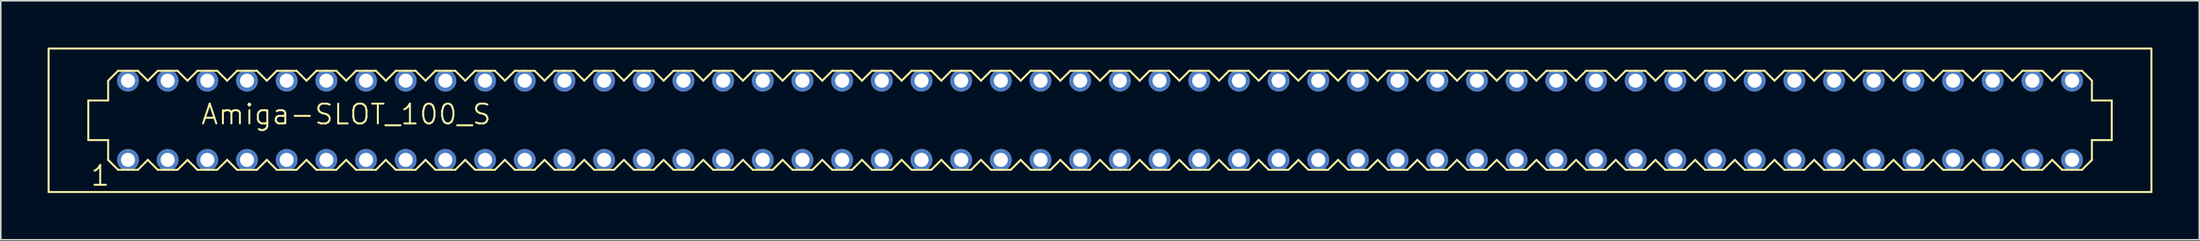
<source format=kicad_pcb>
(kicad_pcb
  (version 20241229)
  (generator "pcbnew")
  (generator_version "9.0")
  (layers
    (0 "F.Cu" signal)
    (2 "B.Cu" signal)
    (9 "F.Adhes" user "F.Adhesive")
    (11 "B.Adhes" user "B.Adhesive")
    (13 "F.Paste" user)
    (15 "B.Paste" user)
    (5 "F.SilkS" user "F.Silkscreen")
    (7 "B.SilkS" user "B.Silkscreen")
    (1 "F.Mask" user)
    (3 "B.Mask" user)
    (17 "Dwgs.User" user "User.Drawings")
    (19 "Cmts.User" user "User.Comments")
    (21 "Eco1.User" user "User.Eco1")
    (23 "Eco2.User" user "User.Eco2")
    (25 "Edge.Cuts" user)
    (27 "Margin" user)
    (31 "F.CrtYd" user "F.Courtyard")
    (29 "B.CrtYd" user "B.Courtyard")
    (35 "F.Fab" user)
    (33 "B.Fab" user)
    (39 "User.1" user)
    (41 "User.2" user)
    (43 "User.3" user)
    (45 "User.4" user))
  (footprint "Amiga-SLOT_100_S"
    (layer "F.Cu")
    (at 66.103 4.666)
    (property "Reference" "Amiga-SLOT_100_S" (at -46.99 -0.381 0) (layer "F.SilkS") (effects (font (size 1.27 1.27) (thickness 0.127))))
    (attr exclude_from_pos_files exclude_from_bom)
    (fp_line (start -66.04 -4.602) (end -66.04 4.602) (stroke (width 0.127) (type solid)) (layer "F.SilkS"))
    (fp_line (start -66.04 4.602) (end 68.58 4.602) (stroke (width 0.127) (type solid)) (layer "F.SilkS"))
    (fp_line (start -63.5 -1.27) (end -63.5 1.27) (stroke (width 0.127) (type solid)) (layer "F.SilkS"))
    (fp_line (start -63.5 1.27) (end -62.23 1.27) (stroke (width 0.127) (type solid)) (layer "F.SilkS"))
    (fp_line (start -62.23 -2.54) (end -62.23 -1.27) (stroke (width 0.127) (type solid)) (layer "F.SilkS"))
    (fp_line (start -62.23 -1.27) (end -63.5 -1.27) (stroke (width 0.127) (type solid)) (layer "F.SilkS"))
    (fp_line (start -62.23 1.27) (end -62.23 2.54) (stroke (width 0.127) (type solid)) (layer "F.SilkS"))
    (fp_line (start -62.23 2.54) (end -61.595 3.175) (stroke (width 0.127) (type solid)) (layer "F.SilkS"))
    (fp_line (start -61.595 -3.175) (end -62.23 -2.54) (stroke (width 0.127) (type solid)) (layer "F.SilkS"))
    (fp_line (start -61.595 -3.175) (end -60.325 -3.175) (stroke (width 0.127) (type solid)) (layer "F.SilkS"))
    (fp_line (start -60.325 -3.175) (end -59.69 -2.54) (stroke (width 0.127) (type solid)) (layer "F.SilkS"))
    (fp_line (start -60.325 3.175) (end -61.595 3.175) (stroke (width 0.127) (type solid)) (layer "F.SilkS"))
    (fp_line (start -59.69 -2.54) (end -59.055 -3.175) (stroke (width 0.127) (type solid)) (layer "F.SilkS"))
    (fp_line (start -59.69 2.54) (end -60.325 3.175) (stroke (width 0.127) (type solid)) (layer "F.SilkS"))
    (fp_line (start -59.055 -3.175) (end -57.785 -3.175) (stroke (width 0.127) (type solid)) (layer "F.SilkS"))
    (fp_line (start -59.055 3.175) (end -59.69 2.54) (stroke (width 0.127) (type solid)) (layer "F.SilkS"))
    (fp_line (start -57.785 -3.175) (end -57.15 -2.54) (stroke (width 0.127) (type solid)) (layer "F.SilkS"))
    (fp_line (start -57.785 3.175) (end -59.055 3.175) (stroke (width 0.127) (type solid)) (layer "F.SilkS"))
    (fp_line (start -57.15 -2.54) (end -56.515 -3.175) (stroke (width 0.127) (type solid)) (layer "F.SilkS"))
    (fp_line (start -57.15 2.54) (end -57.785 3.175) (stroke (width 0.127) (type solid)) (layer "F.SilkS"))
    (fp_line (start -56.515 -3.175) (end -55.245 -3.175) (stroke (width 0.127) (type solid)) (layer "F.SilkS"))
    (fp_line (start -56.515 3.175) (end -57.15 2.54) (stroke (width 0.127) (type solid)) (layer "F.SilkS"))
    (fp_line (start -55.245 -3.175) (end -54.61 -2.54) (stroke (width 0.127) (type solid)) (layer "F.SilkS"))
    (fp_line (start -55.245 3.175) (end -56.515 3.175) (stroke (width 0.127) (type solid)) (layer "F.SilkS"))
    (fp_line (start -54.61 2.54) (end -55.245 3.175) (stroke (width 0.127) (type solid)) (layer "F.SilkS"))
    (fp_line (start -54.61 2.54) (end -53.975 3.175) (stroke (width 0.127) (type solid)) (layer "F.SilkS"))
    (fp_line (start -53.975 -3.175) (end -54.61 -2.54) (stroke (width 0.127) (type solid)) (layer "F.SilkS"))
    (fp_line (start -53.975 -3.175) (end -52.705 -3.175) (stroke (width 0.127) (type solid)) (layer "F.SilkS"))
    (fp_line (start -52.705 -3.175) (end -52.07 -2.54) (stroke (width 0.127) (type solid)) (layer "F.SilkS"))
    (fp_line (start -52.705 3.175) (end -53.975 3.175) (stroke (width 0.127) (type solid)) (layer "F.SilkS"))
    (fp_line (start -52.07 -2.54) (end -51.435 -3.175) (stroke (width 0.127) (type solid)) (layer "F.SilkS"))
    (fp_line (start -52.07 2.54) (end -52.705 3.175) (stroke (width 0.127) (type solid)) (layer "F.SilkS"))
    (fp_line (start -51.435 -3.175) (end -50.165 -3.175) (stroke (width 0.127) (type solid)) (layer "F.SilkS"))
    (fp_line (start -51.435 3.175) (end -52.07 2.54) (stroke (width 0.127) (type solid)) (layer "F.SilkS"))
    (fp_line (start -50.165 -3.175) (end -49.53 -2.54) (stroke (width 0.127) (type solid)) (layer "F.SilkS"))
    (fp_line (start -50.165 3.175) (end -51.435 3.175) (stroke (width 0.127) (type solid)) (layer "F.SilkS"))
    (fp_line (start -49.53 -2.54) (end -48.895 -3.175) (stroke (width 0.127) (type solid)) (layer "F.SilkS"))
    (fp_line (start -49.53 2.54) (end -50.165 3.175) (stroke (width 0.127) (type solid)) (layer "F.SilkS"))
    (fp_line (start -48.895 -3.175) (end -47.625 -3.175) (stroke (width 0.127) (type solid)) (layer "F.SilkS"))
    (fp_line (start -48.895 3.175) (end -49.53 2.54) (stroke (width 0.127) (type solid)) (layer "F.SilkS"))
    (fp_line (start -47.625 -3.175) (end -46.99 -2.54) (stroke (width 0.127) (type solid)) (layer "F.SilkS"))
    (fp_line (start -47.625 3.175) (end -48.895 3.175) (stroke (width 0.127) (type solid)) (layer "F.SilkS"))
    (fp_line (start -46.99 2.54) (end -47.625 3.175) (stroke (width 0.127) (type solid)) (layer "F.SilkS"))
    (fp_line (start -46.99 2.54) (end -46.355 3.175) (stroke (width 0.127) (type solid)) (layer "F.SilkS"))
    (fp_line (start -46.355 -3.175) (end -46.99 -2.54) (stroke (width 0.127) (type solid)) (layer "F.SilkS"))
    (fp_line (start -46.355 -3.175) (end -45.085 -3.175) (stroke (width 0.127) (type solid)) (layer "F.SilkS"))
    (fp_line (start -45.085 -3.175) (end -44.45 -2.54) (stroke (width 0.127) (type solid)) (layer "F.SilkS"))
    (fp_line (start -45.085 3.175) (end -46.355 3.175) (stroke (width 0.127) (type solid)) (layer "F.SilkS"))
    (fp_line (start -44.45 -2.54) (end -43.815 -3.175) (stroke (width 0.127) (type solid)) (layer "F.SilkS"))
    (fp_line (start -44.45 2.54) (end -45.085 3.175) (stroke (width 0.127) (type solid)) (layer "F.SilkS"))
    (fp_line (start -43.815 -3.175) (end -42.545 -3.175) (stroke (width 0.127) (type solid)) (layer "F.SilkS"))
    (fp_line (start -43.815 3.175) (end -44.45 2.54) (stroke (width 0.127) (type solid)) (layer "F.SilkS"))
    (fp_line (start -42.545 -3.175) (end -41.91 -2.54) (stroke (width 0.127) (type solid)) (layer "F.SilkS"))
    (fp_line (start -42.545 3.175) (end -43.815 3.175) (stroke (width 0.127) (type solid)) (layer "F.SilkS"))
    (fp_line (start -41.91 2.54) (end -42.545 3.175) (stroke (width 0.127) (type solid)) (layer "F.SilkS"))
    (fp_line (start -41.91 2.54) (end -41.275 3.175) (stroke (width 0.127) (type solid)) (layer "F.SilkS"))
    (fp_line (start -41.275 -3.175) (end -41.91 -2.54) (stroke (width 0.127) (type solid)) (layer "F.SilkS"))
    (fp_line (start -41.275 -3.175) (end -40.005 -3.175) (stroke (width 0.127) (type solid)) (layer "F.SilkS"))
    (fp_line (start -40.005 -3.175) (end -39.37 -2.54) (stroke (width 0.127) (type solid)) (layer "F.SilkS"))
    (fp_line (start -40.005 3.175) (end -41.275 3.175) (stroke (width 0.127) (type solid)) (layer "F.SilkS"))
    (fp_line (start -39.37 -2.54) (end -38.735 -3.175) (stroke (width 0.127) (type solid)) (layer "F.SilkS"))
    (fp_line (start -39.37 2.54) (end -40.005 3.175) (stroke (width 0.127) (type solid)) (layer "F.SilkS"))
    (fp_line (start -38.735 -3.175) (end -37.465 -3.175) (stroke (width 0.127) (type solid)) (layer "F.SilkS"))
    (fp_line (start -38.735 3.175) (end -39.37 2.54) (stroke (width 0.127) (type solid)) (layer "F.SilkS"))
    (fp_line (start -37.465 -3.175) (end -36.83 -2.54) (stroke (width 0.127) (type solid)) (layer "F.SilkS"))
    (fp_line (start -37.465 3.175) (end -38.735 3.175) (stroke (width 0.127) (type solid)) (layer "F.SilkS"))
    (fp_line (start -36.83 2.54) (end -37.465 3.175) (stroke (width 0.127) (type solid)) (layer "F.SilkS"))
    (fp_line (start -36.83 2.54) (end -36.195 3.175) (stroke (width 0.127) (type solid)) (layer "F.SilkS"))
    (fp_line (start -36.195 -3.175) (end -36.83 -2.54) (stroke (width 0.127) (type solid)) (layer "F.SilkS"))
    (fp_line (start -36.195 -3.175) (end -34.925 -3.175) (stroke (width 0.127) (type solid)) (layer "F.SilkS"))
    (fp_line (start -36.195 3.175) (end -34.925 3.175) (stroke (width 0.127) (type solid)) (layer "F.SilkS"))
    (fp_line (start -34.925 -3.175) (end -34.29 -2.54) (stroke (width 0.127) (type solid)) (layer "F.SilkS"))
    (fp_line (start -34.29 2.54) (end -34.925 3.175) (stroke (width 0.127) (type solid)) (layer "F.SilkS"))
    (fp_line (start -34.29 2.54) (end -33.655 3.175) (stroke (width 0.127) (type solid)) (layer "F.SilkS"))
    (fp_line (start -33.655 -3.175) (end -34.29 -2.54) (stroke (width 0.127) (type solid)) (layer "F.SilkS"))
    (fp_line (start -33.655 -3.175) (end -32.385 -3.175) (stroke (width 0.127) (type solid)) (layer "F.SilkS"))
    (fp_line (start -33.655 3.175) (end -32.385 3.175) (stroke (width 0.127) (type solid)) (layer "F.SilkS"))
    (fp_line (start -32.385 -3.175) (end -31.75 -2.54) (stroke (width 0.127) (type solid)) (layer "F.SilkS"))
    (fp_line (start -31.75 2.54) (end -32.385 3.175) (stroke (width 0.127) (type solid)) (layer "F.SilkS"))
    (fp_line (start -31.75 2.54) (end -31.115 3.175) (stroke (width 0.127) (type solid)) (layer "F.SilkS"))
    (fp_line (start -31.115 -3.175) (end -31.75 -2.54) (stroke (width 0.127) (type solid)) (layer "F.SilkS"))
    (fp_line (start -31.115 -3.175) (end -29.845 -3.175) (stroke (width 0.127) (type solid)) (layer "F.SilkS"))
    (fp_line (start -31.115 3.175) (end -29.845 3.175) (stroke (width 0.127) (type solid)) (layer "F.SilkS"))
    (fp_line (start -29.845 -3.175) (end -29.21 -2.54) (stroke (width 0.127) (type solid)) (layer "F.SilkS"))
    (fp_line (start -29.21 2.54) (end -29.845 3.175) (stroke (width 0.127) (type solid)) (layer "F.SilkS"))
    (fp_line (start -29.21 2.54) (end -28.575 3.175) (stroke (width 0.127) (type solid)) (layer "F.SilkS"))
    (fp_line (start -28.575 -3.175) (end -29.21 -2.54) (stroke (width 0.127) (type solid)) (layer "F.SilkS"))
    (fp_line (start -28.575 -3.175) (end -27.305 -3.175) (stroke (width 0.127) (type solid)) (layer "F.SilkS"))
    (fp_line (start -28.575 3.175) (end -27.305 3.175) (stroke (width 0.127) (type solid)) (layer "F.SilkS"))
    (fp_line (start -27.305 -3.175) (end -26.67 -2.54) (stroke (width 0.127) (type solid)) (layer "F.SilkS"))
    (fp_line (start -26.67 2.54) (end -27.305 3.175) (stroke (width 0.127) (type solid)) (layer "F.SilkS"))
    (fp_line (start -26.67 2.54) (end -26.035 3.175) (stroke (width 0.127) (type solid)) (layer "F.SilkS"))
    (fp_line (start -26.035 -3.175) (end -26.67 -2.54) (stroke (width 0.127) (type solid)) (layer "F.SilkS"))
    (fp_line (start -26.035 -3.175) (end -24.765 -3.175) (stroke (width 0.127) (type solid)) (layer "F.SilkS"))
    (fp_line (start -26.035 3.175) (end -24.765 3.175) (stroke (width 0.127) (type solid)) (layer "F.SilkS"))
    (fp_line (start -24.765 -3.175) (end -24.13 -2.54) (stroke (width 0.127) (type solid)) (layer "F.SilkS"))
    (fp_line (start -24.13 2.54) (end -24.765 3.175) (stroke (width 0.127) (type solid)) (layer "F.SilkS"))
    (fp_line (start -24.13 2.54) (end -23.495 3.175) (stroke (width 0.127) (type solid)) (layer "F.SilkS"))
    (fp_line (start -23.495 -3.175) (end -24.13 -2.54) (stroke (width 0.127) (type solid)) (layer "F.SilkS"))
    (fp_line (start -23.495 -3.175) (end -22.225 -3.175) (stroke (width 0.127) (type solid)) (layer "F.SilkS"))
    (fp_line (start -23.495 3.175) (end -22.225 3.175) (stroke (width 0.127) (type solid)) (layer "F.SilkS"))
    (fp_line (start -22.225 -3.175) (end -21.59 -2.54) (stroke (width 0.127) (type solid)) (layer "F.SilkS"))
    (fp_line (start -21.59 2.54) (end -22.225 3.175) (stroke (width 0.127) (type solid)) (layer "F.SilkS"))
    (fp_line (start -21.59 2.54) (end -20.955 3.175) (stroke (width 0.127) (type solid)) (layer "F.SilkS"))
    (fp_line (start -20.955 -3.175) (end -21.59 -2.54) (stroke (width 0.127) (type solid)) (layer "F.SilkS"))
    (fp_line (start -20.955 -3.175) (end -19.685 -3.175) (stroke (width 0.127) (type solid)) (layer "F.SilkS"))
    (fp_line (start -20.955 3.175) (end -19.685 3.175) (stroke (width 0.127) (type solid)) (layer "F.SilkS"))
    (fp_line (start -19.685 -3.175) (end -19.05 -2.54) (stroke (width 0.127) (type solid)) (layer "F.SilkS"))
    (fp_line (start -19.05 2.54) (end -19.685 3.175) (stroke (width 0.127) (type solid)) (layer "F.SilkS"))
    (fp_line (start -19.05 2.54) (end -18.415 3.175) (stroke (width 0.127) (type solid)) (layer "F.SilkS"))
    (fp_line (start -18.415 -3.175) (end -19.05 -2.54) (stroke (width 0.127) (type solid)) (layer "F.SilkS"))
    (fp_line (start -18.415 -3.175) (end -17.145 -3.175) (stroke (width 0.127) (type solid)) (layer "F.SilkS"))
    (fp_line (start -18.415 3.175) (end -17.145 3.175) (stroke (width 0.127) (type solid)) (layer "F.SilkS"))
    (fp_line (start -17.145 -3.175) (end -16.51 -2.54) (stroke (width 0.127) (type solid)) (layer "F.SilkS"))
    (fp_line (start -16.51 2.54) (end -17.145 3.175) (stroke (width 0.127) (type solid)) (layer "F.SilkS"))
    (fp_line (start -16.51 2.54) (end -15.875 3.175) (stroke (width 0.127) (type solid)) (layer "F.SilkS"))
    (fp_line (start -15.875 -3.175) (end -16.51 -2.54) (stroke (width 0.127) (type solid)) (layer "F.SilkS"))
    (fp_line (start -15.875 -3.175) (end -14.605 -3.175) (stroke (width 0.127) (type solid)) (layer "F.SilkS"))
    (fp_line (start -15.875 3.175) (end -14.605 3.175) (stroke (width 0.127) (type solid)) (layer "F.SilkS"))
    (fp_line (start -14.605 -3.175) (end -13.97 -2.54) (stroke (width 0.127) (type solid)) (layer "F.SilkS"))
    (fp_line (start -13.97 2.54) (end -14.605 3.175) (stroke (width 0.127) (type solid)) (layer "F.SilkS"))
    (fp_line (start -13.97 2.54) (end -13.335 3.175) (stroke (width 0.127) (type solid)) (layer "F.SilkS"))
    (fp_line (start -13.335 -3.175) (end -13.97 -2.54) (stroke (width 0.127) (type solid)) (layer "F.SilkS"))
    (fp_line (start -13.335 -3.175) (end -12.065 -3.175) (stroke (width 0.127) (type solid)) (layer "F.SilkS"))
    (fp_line (start -13.335 3.175) (end -12.065 3.175) (stroke (width 0.127) (type solid)) (layer "F.SilkS"))
    (fp_line (start -12.065 -3.175) (end -11.43 -2.54) (stroke (width 0.127) (type solid)) (layer "F.SilkS"))
    (fp_line (start -11.43 2.54) (end -12.065 3.175) (stroke (width 0.127) (type solid)) (layer "F.SilkS"))
    (fp_line (start -11.43 2.54) (end -10.795 3.175) (stroke (width 0.127) (type solid)) (layer "F.SilkS"))
    (fp_line (start -10.795 -3.175) (end -11.43 -2.54) (stroke (width 0.127) (type solid)) (layer "F.SilkS"))
    (fp_line (start -10.795 -3.175) (end -9.525 -3.175) (stroke (width 0.127) (type solid)) (layer "F.SilkS"))
    (fp_line (start -10.795 3.175) (end -9.525 3.175) (stroke (width 0.127) (type solid)) (layer "F.SilkS"))
    (fp_line (start -9.525 -3.175) (end -8.89 -2.54) (stroke (width 0.127) (type solid)) (layer "F.SilkS"))
    (fp_line (start -8.89 2.54) (end -9.525 3.175) (stroke (width 0.127) (type solid)) (layer "F.SilkS"))
    (fp_line (start -8.89 2.54) (end -8.255 3.175) (stroke (width 0.127) (type solid)) (layer "F.SilkS"))
    (fp_line (start -8.255 -3.175) (end -8.89 -2.54) (stroke (width 0.127) (type solid)) (layer "F.SilkS"))
    (fp_line (start -8.255 -3.175) (end -6.985 -3.175) (stroke (width 0.127) (type solid)) (layer "F.SilkS"))
    (fp_line (start -8.255 3.175) (end -6.985 3.175) (stroke (width 0.127) (type solid)) (layer "F.SilkS"))
    (fp_line (start -6.985 -3.175) (end -6.35 -2.54) (stroke (width 0.127) (type solid)) (layer "F.SilkS"))
    (fp_line (start -6.35 2.54) (end -6.985 3.175) (stroke (width 0.127) (type solid)) (layer "F.SilkS"))
    (fp_line (start -6.35 2.54) (end -5.715 3.175) (stroke (width 0.127) (type solid)) (layer "F.SilkS"))
    (fp_line (start -5.715 -3.175) (end -6.35 -2.54) (stroke (width 0.127) (type solid)) (layer "F.SilkS"))
    (fp_line (start -5.715 -3.175) (end -4.445 -3.175) (stroke (width 0.127) (type solid)) (layer "F.SilkS"))
    (fp_line (start -5.715 3.175) (end -4.445 3.175) (stroke (width 0.127) (type solid)) (layer "F.SilkS"))
    (fp_line (start -4.445 -3.175) (end -3.81 -2.54) (stroke (width 0.127) (type solid)) (layer "F.SilkS"))
    (fp_line (start -3.81 2.54) (end -4.445 3.175) (stroke (width 0.127) (type solid)) (layer "F.SilkS"))
    (fp_line (start -3.81 2.54) (end -3.175 3.175) (stroke (width 0.127) (type solid)) (layer "F.SilkS"))
    (fp_line (start -3.175 -3.175) (end -3.81 -2.54) (stroke (width 0.127) (type solid)) (layer "F.SilkS"))
    (fp_line (start -3.175 -3.175) (end -1.905 -3.175) (stroke (width 0.127) (type solid)) (layer "F.SilkS"))
    (fp_line (start -3.175 3.175) (end -1.905 3.175) (stroke (width 0.127) (type solid)) (layer "F.SilkS"))
    (fp_line (start -1.905 -3.175) (end -1.27 -2.54) (stroke (width 0.127) (type solid)) (layer "F.SilkS"))
    (fp_line (start -1.27 2.54) (end -1.905 3.175) (stroke (width 0.127) (type solid)) (layer "F.SilkS"))
    (fp_line (start -1.27 2.54) (end -0.635 3.175) (stroke (width 0.127) (type solid)) (layer "F.SilkS"))
    (fp_line (start -0.635 -3.175) (end -1.27 -2.54) (stroke (width 0.127) (type solid)) (layer "F.SilkS"))
    (fp_line (start -0.635 -3.175) (end 0.635 -3.175) (stroke (width 0.127) (type solid)) (layer "F.SilkS"))
    (fp_line (start -0.635 3.175) (end 0.635 3.175) (stroke (width 0.127) (type solid)) (layer "F.SilkS"))
    (fp_line (start 0.635 -3.175) (end 1.27 -2.54) (stroke (width 0.127) (type solid)) (layer "F.SilkS"))
    (fp_line (start 1.27 2.54) (end 0.635 3.175) (stroke (width 0.127) (type solid)) (layer "F.SilkS"))
    (fp_line (start 1.27 2.54) (end 1.905 3.175) (stroke (width 0.127) (type solid)) (layer "F.SilkS"))
    (fp_line (start 1.905 -3.175) (end 1.27 -2.54) (stroke (width 0.127) (type solid)) (layer "F.SilkS"))
    (fp_line (start 1.905 -3.175) (end 3.175 -3.175) (stroke (width 0.127) (type solid)) (layer "F.SilkS"))
    (fp_line (start 1.905 3.175) (end 3.175 3.175) (stroke (width 0.127) (type solid)) (layer "F.SilkS"))
    (fp_line (start 3.175 -3.175) (end 3.81 -2.54) (stroke (width 0.127) (type solid)) (layer "F.SilkS"))
    (fp_line (start 3.81 2.54) (end 3.175 3.175) (stroke (width 0.127) (type solid)) (layer "F.SilkS"))
    (fp_line (start 3.81 2.54) (end 4.445 3.175) (stroke (width 0.127) (type solid)) (layer "F.SilkS"))
    (fp_line (start 4.445 -3.175) (end 3.81 -2.54) (stroke (width 0.127) (type solid)) (layer "F.SilkS"))
    (fp_line (start 4.445 -3.175) (end 5.715 -3.175) (stroke (width 0.127) (type solid)) (layer "F.SilkS"))
    (fp_line (start 4.445 3.175) (end 5.715 3.175) (stroke (width 0.127) (type solid)) (layer "F.SilkS"))
    (fp_line (start 5.715 -3.175) (end 6.35 -2.54) (stroke (width 0.127) (type solid)) (layer "F.SilkS"))
    (fp_line (start 6.35 2.54) (end 5.715 3.175) (stroke (width 0.127) (type solid)) (layer "F.SilkS"))
    (fp_line (start 6.35 2.54) (end 6.985 3.175) (stroke (width 0.127) (type solid)) (layer "F.SilkS"))
    (fp_line (start 6.985 -3.175) (end 6.35 -2.54) (stroke (width 0.127) (type solid)) (layer "F.SilkS"))
    (fp_line (start 6.985 -3.175) (end 8.255 -3.175) (stroke (width 0.127) (type solid)) (layer "F.SilkS"))
    (fp_line (start 6.985 3.175) (end 8.255 3.175) (stroke (width 0.127) (type solid)) (layer "F.SilkS"))
    (fp_line (start 8.255 -3.175) (end 8.89 -2.54) (stroke (width 0.127) (type solid)) (layer "F.SilkS"))
    (fp_line (start 8.89 2.54) (end 8.255 3.175) (stroke (width 0.127) (type solid)) (layer "F.SilkS"))
    (fp_line (start 8.89 2.54) (end 9.525 3.175) (stroke (width 0.127) (type solid)) (layer "F.SilkS"))
    (fp_line (start 9.525 -3.175) (end 8.89 -2.54) (stroke (width 0.127) (type solid)) (layer "F.SilkS"))
    (fp_line (start 9.525 -3.175) (end 10.795 -3.175) (stroke (width 0.127) (type solid)) (layer "F.SilkS"))
    (fp_line (start 9.525 3.175) (end 10.795 3.175) (stroke (width 0.127) (type solid)) (layer "F.SilkS"))
    (fp_line (start 10.795 -3.175) (end 11.43 -2.54) (stroke (width 0.127) (type solid)) (layer "F.SilkS"))
    (fp_line (start 11.43 2.54) (end 10.795 3.175) (stroke (width 0.127) (type solid)) (layer "F.SilkS"))
    (fp_line (start 11.43 2.54) (end 12.065 3.175) (stroke (width 0.127) (type solid)) (layer "F.SilkS"))
    (fp_line (start 12.065 -3.175) (end 11.43 -2.54) (stroke (width 0.127) (type solid)) (layer "F.SilkS"))
    (fp_line (start 12.065 -3.175) (end 13.335 -3.175) (stroke (width 0.127) (type solid)) (layer "F.SilkS"))
    (fp_line (start 12.065 3.175) (end 13.335 3.175) (stroke (width 0.127) (type solid)) (layer "F.SilkS"))
    (fp_line (start 13.335 -3.175) (end 13.97 -2.54) (stroke (width 0.127) (type solid)) (layer "F.SilkS"))
    (fp_line (start 13.97 2.54) (end 13.335 3.175) (stroke (width 0.127) (type solid)) (layer "F.SilkS"))
    (fp_line (start 13.97 2.54) (end 14.605 3.175) (stroke (width 0.127) (type solid)) (layer "F.SilkS"))
    (fp_line (start 14.605 -3.175) (end 13.97 -2.54) (stroke (width 0.127) (type solid)) (layer "F.SilkS"))
    (fp_line (start 14.605 -3.175) (end 15.875 -3.175) (stroke (width 0.127) (type solid)) (layer "F.SilkS"))
    (fp_line (start 14.605 3.175) (end 15.875 3.175) (stroke (width 0.127) (type solid)) (layer "F.SilkS"))
    (fp_line (start 15.875 -3.175) (end 16.51 -2.54) (stroke (width 0.127) (type solid)) (layer "F.SilkS"))
    (fp_line (start 16.51 2.54) (end 15.875 3.175) (stroke (width 0.127) (type solid)) (layer "F.SilkS"))
    (fp_line (start 16.51 2.54) (end 17.145 3.175) (stroke (width 0.127) (type solid)) (layer "F.SilkS"))
    (fp_line (start 17.145 -3.175) (end 16.51 -2.54) (stroke (width 0.127) (type solid)) (layer "F.SilkS"))
    (fp_line (start 17.145 -3.175) (end 18.415 -3.175) (stroke (width 0.127) (type solid)) (layer "F.SilkS"))
    (fp_line (start 17.145 3.175) (end 18.415 3.175) (stroke (width 0.127) (type solid)) (layer "F.SilkS"))
    (fp_line (start 18.415 -3.175) (end 19.05 -2.54) (stroke (width 0.127) (type solid)) (layer "F.SilkS"))
    (fp_line (start 19.05 2.54) (end 18.415 3.175) (stroke (width 0.127) (type solid)) (layer "F.SilkS"))
    (fp_line (start 19.05 2.54) (end 19.685 3.175) (stroke (width 0.127) (type solid)) (layer "F.SilkS"))
    (fp_line (start 19.685 -3.175) (end 19.05 -2.54) (stroke (width 0.127) (type solid)) (layer "F.SilkS"))
    (fp_line (start 19.685 -3.175) (end 20.955 -3.175) (stroke (width 0.127) (type solid)) (layer "F.SilkS"))
    (fp_line (start 19.685 3.175) (end 20.955 3.175) (stroke (width 0.127) (type solid)) (layer "F.SilkS"))
    (fp_line (start 20.955 -3.175) (end 21.59 -2.54) (stroke (width 0.127) (type solid)) (layer "F.SilkS"))
    (fp_line (start 21.59 2.54) (end 20.955 3.175) (stroke (width 0.127) (type solid)) (layer "F.SilkS"))
    (fp_line (start 21.59 2.54) (end 22.225 3.175) (stroke (width 0.127) (type solid)) (layer "F.SilkS"))
    (fp_line (start 22.225 -3.175) (end 21.59 -2.54) (stroke (width 0.127) (type solid)) (layer "F.SilkS"))
    (fp_line (start 22.225 -3.175) (end 23.495 -3.175) (stroke (width 0.127) (type solid)) (layer "F.SilkS"))
    (fp_line (start 22.225 3.175) (end 23.495 3.175) (stroke (width 0.127) (type solid)) (layer "F.SilkS"))
    (fp_line (start 23.495 -3.175) (end 24.13 -2.54) (stroke (width 0.127) (type solid)) (layer "F.SilkS"))
    (fp_line (start 24.13 2.54) (end 23.495 3.175) (stroke (width 0.127) (type solid)) (layer "F.SilkS"))
    (fp_line (start 24.13 2.54) (end 24.765 3.175) (stroke (width 0.127) (type solid)) (layer "F.SilkS"))
    (fp_line (start 24.765 -3.175) (end 24.13 -2.54) (stroke (width 0.127) (type solid)) (layer "F.SilkS"))
    (fp_line (start 24.765 -3.175) (end 26.035 -3.175) (stroke (width 0.127) (type solid)) (layer "F.SilkS"))
    (fp_line (start 24.765 3.175) (end 26.035 3.175) (stroke (width 0.127) (type solid)) (layer "F.SilkS"))
    (fp_line (start 26.035 -3.175) (end 26.67 -2.54) (stroke (width 0.127) (type solid)) (layer "F.SilkS"))
    (fp_line (start 26.67 2.54) (end 26.035 3.175) (stroke (width 0.127) (type solid)) (layer "F.SilkS"))
    (fp_line (start 26.67 2.54) (end 27.305 3.175) (stroke (width 0.127) (type solid)) (layer "F.SilkS"))
    (fp_line (start 27.305 -3.175) (end 26.67 -2.54) (stroke (width 0.127) (type solid)) (layer "F.SilkS"))
    (fp_line (start 27.305 -3.175) (end 28.575 -3.175) (stroke (width 0.127) (type solid)) (layer "F.SilkS"))
    (fp_line (start 27.305 3.175) (end 28.575 3.175) (stroke (width 0.127) (type solid)) (layer "F.SilkS"))
    (fp_line (start 28.575 -3.175) (end 29.21 -2.54) (stroke (width 0.127) (type solid)) (layer "F.SilkS"))
    (fp_line (start 29.21 2.54) (end 28.575 3.175) (stroke (width 0.127) (type solid)) (layer "F.SilkS"))
    (fp_line (start 29.21 2.54) (end 29.845 3.175) (stroke (width 0.127) (type solid)) (layer "F.SilkS"))
    (fp_line (start 29.845 -3.175) (end 29.21 -2.54) (stroke (width 0.127) (type solid)) (layer "F.SilkS"))
    (fp_line (start 29.845 -3.175) (end 31.115 -3.175) (stroke (width 0.127) (type solid)) (layer "F.SilkS"))
    (fp_line (start 29.845 3.175) (end 31.115 3.175) (stroke (width 0.127) (type solid)) (layer "F.SilkS"))
    (fp_line (start 31.115 -3.175) (end 31.75 -2.54) (stroke (width 0.127) (type solid)) (layer "F.SilkS"))
    (fp_line (start 31.75 2.54) (end 31.115 3.175) (stroke (width 0.127) (type solid)) (layer "F.SilkS"))
    (fp_line (start 31.75 2.54) (end 32.385 3.175) (stroke (width 0.127) (type solid)) (layer "F.SilkS"))
    (fp_line (start 32.385 -3.175) (end 31.75 -2.54) (stroke (width 0.127) (type solid)) (layer "F.SilkS"))
    (fp_line (start 32.385 -3.175) (end 33.655 -3.175) (stroke (width 0.127) (type solid)) (layer "F.SilkS"))
    (fp_line (start 32.385 3.175) (end 33.655 3.175) (stroke (width 0.127) (type solid)) (layer "F.SilkS"))
    (fp_line (start 33.655 -3.175) (end 34.29 -2.54) (stroke (width 0.127) (type solid)) (layer "F.SilkS"))
    (fp_line (start 34.29 2.54) (end 33.655 3.175) (stroke (width 0.127) (type solid)) (layer "F.SilkS"))
    (fp_line (start 34.29 2.54) (end 34.925 3.175) (stroke (width 0.127) (type solid)) (layer "F.SilkS"))
    (fp_line (start 34.925 -3.175) (end 34.29 -2.54) (stroke (width 0.127) (type solid)) (layer "F.SilkS"))
    (fp_line (start 34.925 -3.175) (end 36.195 -3.175) (stroke (width 0.127) (type solid)) (layer "F.SilkS"))
    (fp_line (start 34.925 3.175) (end 36.195 3.175) (stroke (width 0.127) (type solid)) (layer "F.SilkS"))
    (fp_line (start 36.195 -3.175) (end 36.83 -2.54) (stroke (width 0.127) (type solid)) (layer "F.SilkS"))
    (fp_line (start 36.83 2.54) (end 36.195 3.175) (stroke (width 0.127) (type solid)) (layer "F.SilkS"))
    (fp_line (start 36.83 2.54) (end 37.465 3.175) (stroke (width 0.127) (type solid)) (layer "F.SilkS"))
    (fp_line (start 37.465 -3.175) (end 36.83 -2.54) (stroke (width 0.127) (type solid)) (layer "F.SilkS"))
    (fp_line (start 37.465 -3.175) (end 38.735 -3.175) (stroke (width 0.127) (type solid)) (layer "F.SilkS"))
    (fp_line (start 37.465 3.175) (end 38.735 3.175) (stroke (width 0.127) (type solid)) (layer "F.SilkS"))
    (fp_line (start 38.735 -3.175) (end 39.37 -2.54) (stroke (width 0.127) (type solid)) (layer "F.SilkS"))
    (fp_line (start 39.37 2.54) (end 38.735 3.175) (stroke (width 0.127) (type solid)) (layer "F.SilkS"))
    (fp_line (start 39.37 2.54) (end 40.005 3.175) (stroke (width 0.127) (type solid)) (layer "F.SilkS"))
    (fp_line (start 40.005 -3.175) (end 39.37 -2.54) (stroke (width 0.127) (type solid)) (layer "F.SilkS"))
    (fp_line (start 40.005 -3.175) (end 41.275 -3.175) (stroke (width 0.127) (type solid)) (layer "F.SilkS"))
    (fp_line (start 40.005 3.175) (end 41.275 3.175) (stroke (width 0.127) (type solid)) (layer "F.SilkS"))
    (fp_line (start 41.275 -3.175) (end 41.91 -2.54) (stroke (width 0.127) (type solid)) (layer "F.SilkS"))
    (fp_line (start 41.91 2.54) (end 41.275 3.175) (stroke (width 0.127) (type solid)) (layer "F.SilkS"))
    (fp_line (start 41.91 2.54) (end 42.545 3.175) (stroke (width 0.127) (type solid)) (layer "F.SilkS"))
    (fp_line (start 42.545 -3.175) (end 41.91 -2.54) (stroke (width 0.127) (type solid)) (layer "F.SilkS"))
    (fp_line (start 42.545 -3.175) (end 43.815 -3.175) (stroke (width 0.127) (type solid)) (layer "F.SilkS"))
    (fp_line (start 42.545 3.175) (end 43.815 3.175) (stroke (width 0.127) (type solid)) (layer "F.SilkS"))
    (fp_line (start 43.815 -3.175) (end 44.45 -2.54) (stroke (width 0.127) (type solid)) (layer "F.SilkS"))
    (fp_line (start 44.45 2.54) (end 43.815 3.175) (stroke (width 0.127) (type solid)) (layer "F.SilkS"))
    (fp_line (start 44.45 2.54) (end 45.085 3.175) (stroke (width 0.127) (type solid)) (layer "F.SilkS"))
    (fp_line (start 45.085 -3.175) (end 44.45 -2.54) (stroke (width 0.127) (type solid)) (layer "F.SilkS"))
    (fp_line (start 45.085 -3.175) (end 46.355 -3.175) (stroke (width 0.127) (type solid)) (layer "F.SilkS"))
    (fp_line (start 45.085 3.175) (end 46.355 3.175) (stroke (width 0.127) (type solid)) (layer "F.SilkS"))
    (fp_line (start 46.355 -3.175) (end 46.99 -2.54) (stroke (width 0.127) (type solid)) (layer "F.SilkS"))
    (fp_line (start 46.99 2.54) (end 46.355 3.175) (stroke (width 0.127) (type solid)) (layer "F.SilkS"))
    (fp_line (start 46.99 2.54) (end 47.625 3.175) (stroke (width 0.127) (type solid)) (layer "F.SilkS"))
    (fp_line (start 47.625 -3.175) (end 46.99 -2.54) (stroke (width 0.127) (type solid)) (layer "F.SilkS"))
    (fp_line (start 47.625 -3.175) (end 48.895 -3.175) (stroke (width 0.127) (type solid)) (layer "F.SilkS"))
    (fp_line (start 47.625 3.175) (end 48.895 3.175) (stroke (width 0.127) (type solid)) (layer "F.SilkS"))
    (fp_line (start 48.895 -3.175) (end 49.53 -2.54) (stroke (width 0.127) (type solid)) (layer "F.SilkS"))
    (fp_line (start 49.53 2.54) (end 48.895 3.175) (stroke (width 0.127) (type solid)) (layer "F.SilkS"))
    (fp_line (start 49.53 2.54) (end 50.165 3.175) (stroke (width 0.127) (type solid)) (layer "F.SilkS"))
    (fp_line (start 50.165 -3.175) (end 49.53 -2.54) (stroke (width 0.127) (type solid)) (layer "F.SilkS"))
    (fp_line (start 50.165 -3.175) (end 51.435 -3.175) (stroke (width 0.127) (type solid)) (layer "F.SilkS"))
    (fp_line (start 50.165 3.175) (end 51.435 3.175) (stroke (width 0.127) (type solid)) (layer "F.SilkS"))
    (fp_line (start 51.435 -3.175) (end 52.07 -2.54) (stroke (width 0.127) (type solid)) (layer "F.SilkS"))
    (fp_line (start 52.07 2.54) (end 51.435 3.175) (stroke (width 0.127) (type solid)) (layer "F.SilkS"))
    (fp_line (start 52.07 2.54) (end 52.705 3.175) (stroke (width 0.127) (type solid)) (layer "F.SilkS"))
    (fp_line (start 52.705 -3.175) (end 52.07 -2.54) (stroke (width 0.127) (type solid)) (layer "F.SilkS"))
    (fp_line (start 52.705 -3.175) (end 53.975 -3.175) (stroke (width 0.127) (type solid)) (layer "F.SilkS"))
    (fp_line (start 52.705 3.175) (end 53.975 3.175) (stroke (width 0.127) (type solid)) (layer "F.SilkS"))
    (fp_line (start 53.975 -3.175) (end 54.61 -2.54) (stroke (width 0.127) (type solid)) (layer "F.SilkS"))
    (fp_line (start 54.61 2.54) (end 53.975 3.175) (stroke (width 0.127) (type solid)) (layer "F.SilkS"))
    (fp_line (start 54.61 2.54) (end 55.245 3.175) (stroke (width 0.127) (type solid)) (layer "F.SilkS"))
    (fp_line (start 55.245 -3.175) (end 54.61 -2.54) (stroke (width 0.127) (type solid)) (layer "F.SilkS"))
    (fp_line (start 55.245 -3.175) (end 56.515 -3.175) (stroke (width 0.127) (type solid)) (layer "F.SilkS"))
    (fp_line (start 55.245 3.175) (end 56.515 3.175) (stroke (width 0.127) (type solid)) (layer "F.SilkS"))
    (fp_line (start 56.515 -3.175) (end 57.15 -2.54) (stroke (width 0.127) (type solid)) (layer "F.SilkS"))
    (fp_line (start 57.15 2.54) (end 56.515 3.175) (stroke (width 0.127) (type solid)) (layer "F.SilkS"))
    (fp_line (start 57.15 2.54) (end 57.785 3.175) (stroke (width 0.127) (type solid)) (layer "F.SilkS"))
    (fp_line (start 57.785 -3.175) (end 57.15 -2.54) (stroke (width 0.127) (type solid)) (layer "F.SilkS"))
    (fp_line (start 57.785 -3.175) (end 59.055 -3.175) (stroke (width 0.127) (type solid)) (layer "F.SilkS"))
    (fp_line (start 57.785 3.175) (end 59.055 3.175) (stroke (width 0.127) (type solid)) (layer "F.SilkS"))
    (fp_line (start 59.055 -3.175) (end 59.69 -2.54) (stroke (width 0.127) (type solid)) (layer "F.SilkS"))
    (fp_line (start 59.69 2.54) (end 59.055 3.175) (stroke (width 0.127) (type solid)) (layer "F.SilkS"))
    (fp_line (start 59.69 2.54) (end 60.325 3.175) (stroke (width 0.127) (type solid)) (layer "F.SilkS"))
    (fp_line (start 60.325 -3.175) (end 59.69 -2.54) (stroke (width 0.127) (type solid)) (layer "F.SilkS"))
    (fp_line (start 60.325 -3.175) (end 61.595 -3.175) (stroke (width 0.127) (type solid)) (layer "F.SilkS"))
    (fp_line (start 60.325 3.175) (end 61.595 3.175) (stroke (width 0.127) (type solid)) (layer "F.SilkS"))
    (fp_line (start 61.595 -3.175) (end 62.23 -2.54) (stroke (width 0.127) (type solid)) (layer "F.SilkS"))
    (fp_line (start 62.23 2.54) (end 61.595 3.175) (stroke (width 0.127) (type solid)) (layer "F.SilkS"))
    (fp_line (start 62.23 2.54) (end 62.865 3.175) (stroke (width 0.127) (type solid)) (layer "F.SilkS"))
    (fp_line (start 62.865 -3.175) (end 62.23 -2.54) (stroke (width 0.127) (type solid)) (layer "F.SilkS"))
    (fp_line (start 62.865 -3.175) (end 64.135 -3.175) (stroke (width 0.127) (type solid)) (layer "F.SilkS"))
    (fp_line (start 62.865 3.175) (end 64.135 3.175) (stroke (width 0.127) (type solid)) (layer "F.SilkS"))
    (fp_line (start 64.135 -3.175) (end 64.77 -2.54) (stroke (width 0.127) (type solid)) (layer "F.SilkS"))
    (fp_line (start 64.77 -2.54) (end 64.77 -1.27) (stroke (width 0.127) (type solid)) (layer "F.SilkS"))
    (fp_line (start 64.77 -1.27) (end 66.04 -1.27) (stroke (width 0.127) (type solid)) (layer "F.SilkS"))
    (fp_line (start 64.77 1.27) (end 64.77 2.54) (stroke (width 0.127) (type solid)) (layer "F.SilkS"))
    (fp_line (start 64.77 2.54) (end 64.135 3.175) (stroke (width 0.127) (type solid)) (layer "F.SilkS"))
    (fp_line (start 66.04 -1.27) (end 66.04 1.27) (stroke (width 0.127) (type solid)) (layer "F.SilkS"))
    (fp_line (start 66.04 1.27) (end 64.77 1.27) (stroke (width 0.127) (type solid)) (layer "F.SilkS"))
    (fp_line (start 68.58 -4.602) (end -66.04 -4.602) (stroke (width 0.127) (type solid)) (layer "F.SilkS"))
    (fp_line (start 68.58 4.602) (end 68.58 -4.602) (stroke (width 0.127) (type solid)) (layer "F.SilkS"))
    (fp_text user "1" (at -62.738 3.556 0) (layer "F.SilkS") (effects (font (size 1.27 1.27) (thickness 0.127))))
    (pad "1" thru_hole circle (at -60.96 2.54) (size 1.397 1.397) (drill 0.899) (layers "*.Cu" "*.Paste" "*.Mask"))
    (pad "2" thru_hole circle (at -60.96 -2.54) (size 1.397 1.397) (drill 0.899) (layers "*.Cu" "*.Paste" "*.Mask"))
    (pad "3" thru_hole circle (at -58.42 2.54) (size 1.397 1.397) (drill 0.899) (layers "*.Cu" "*.Paste" "*.Mask"))
    (pad "4" thru_hole circle (at -58.42 -2.54) (size 1.397 1.397) (drill 0.899) (layers "*.Cu" "*.Paste" "*.Mask"))
    (pad "5" thru_hole circle (at -55.88 2.54) (size 1.397 1.397) (drill 0.899) (layers "*.Cu" "*.Paste" "*.Mask"))
    (pad "6" thru_hole circle (at -55.88 -2.54) (size 1.397 1.397) (drill 0.899) (layers "*.Cu" "*.Paste" "*.Mask"))
    (pad "7" thru_hole circle (at -53.34 2.54) (size 1.397 1.397) (drill 0.899) (layers "*.Cu" "*.Paste" "*.Mask"))
    (pad "8" thru_hole circle (at -53.34 -2.54) (size 1.397 1.397) (drill 0.899) (layers "*.Cu" "*.Paste" "*.Mask"))
    (pad "9" thru_hole circle (at -50.8 2.54) (size 1.397 1.397) (drill 0.899) (layers "*.Cu" "*.Paste" "*.Mask"))
    (pad "10" thru_hole circle (at -50.8 -2.54) (size 1.397 1.397) (drill 0.899) (layers "*.Cu" "*.Paste" "*.Mask"))
    (pad "11" thru_hole circle (at -48.26 2.54) (size 1.397 1.397) (drill 0.899) (layers "*.Cu" "*.Paste" "*.Mask"))
    (pad "12" thru_hole circle (at -48.26 -2.54) (size 1.397 1.397) (drill 0.899) (layers "*.Cu" "*.Paste" "*.Mask"))
    (pad "13" thru_hole circle (at -45.72 2.54) (size 1.397 1.397) (drill 0.899) (layers "*.Cu" "*.Paste" "*.Mask"))
    (pad "14" thru_hole circle (at -45.72 -2.54) (size 1.397 1.397) (drill 0.899) (layers "*.Cu" "*.Paste" "*.Mask"))
    (pad "15" thru_hole circle (at -43.18 2.54) (size 1.397 1.397) (drill 0.899) (layers "*.Cu" "*.Paste" "*.Mask"))
    (pad "16" thru_hole circle (at -43.18 -2.54) (size 1.397 1.397) (drill 0.899) (layers "*.Cu" "*.Paste" "*.Mask"))
    (pad "17" thru_hole circle (at -40.64 2.54) (size 1.397 1.397) (drill 0.899) (layers "*.Cu" "*.Paste" "*.Mask"))
    (pad "18" thru_hole circle (at -40.64 -2.54) (size 1.397 1.397) (drill 0.899) (layers "*.Cu" "*.Paste" "*.Mask"))
    (pad "19" thru_hole circle (at -38.1 2.54) (size 1.397 1.397) (drill 0.899) (layers "*.Cu" "*.Paste" "*.Mask"))
    (pad "20" thru_hole circle (at -38.1 -2.54) (size 1.397 1.397) (drill 0.899) (layers "*.Cu" "*.Paste" "*.Mask"))
    (pad "21" thru_hole circle (at -35.56 2.54) (size 1.397 1.397) (drill 0.899) (layers "*.Cu" "*.Paste" "*.Mask"))
    (pad "22" thru_hole circle (at -35.56 -2.54) (size 1.397 1.397) (drill 0.899) (layers "*.Cu" "*.Paste" "*.Mask"))
    (pad "23" thru_hole circle (at -33.02 2.54) (size 1.397 1.397) (drill 0.899) (layers "*.Cu" "*.Paste" "*.Mask"))
    (pad "24" thru_hole circle (at -33.02 -2.54) (size 1.397 1.397) (drill 0.899) (layers "*.Cu" "*.Paste" "*.Mask"))
    (pad "25" thru_hole circle (at -30.48 2.54) (size 1.397 1.397) (drill 0.899) (layers "*.Cu" "*.Paste" "*.Mask"))
    (pad "26" thru_hole circle (at -30.48 -2.54) (size 1.397 1.397) (drill 0.899) (layers "*.Cu" "*.Paste" "*.Mask"))
    (pad "27" thru_hole circle (at -27.94 2.54) (size 1.397 1.397) (drill 0.899) (layers "*.Cu" "*.Paste" "*.Mask"))
    (pad "28" thru_hole circle (at -27.94 -2.54) (size 1.397 1.397) (drill 0.899) (layers "*.Cu" "*.Paste" "*.Mask"))
    (pad "29" thru_hole circle (at -25.4 2.54) (size 1.397 1.397) (drill 0.899) (layers "*.Cu" "*.Paste" "*.Mask"))
    (pad "30" thru_hole circle (at -25.4 -2.54) (size 1.397 1.397) (drill 0.899) (layers "*.Cu" "*.Paste" "*.Mask"))
    (pad "31" thru_hole circle (at -22.86 2.54) (size 1.397 1.397) (drill 0.899) (layers "*.Cu" "*.Paste" "*.Mask"))
    (pad "32" thru_hole circle (at -22.86 -2.54) (size 1.397 1.397) (drill 0.899) (layers "*.Cu" "*.Paste" "*.Mask"))
    (pad "33" thru_hole circle (at -20.32 2.54) (size 1.397 1.397) (drill 0.899) (layers "*.Cu" "*.Paste" "*.Mask"))
    (pad "34" thru_hole circle (at -20.32 -2.54) (size 1.397 1.397) (drill 0.899) (layers "*.Cu" "*.Paste" "*.Mask"))
    (pad "35" thru_hole circle (at -17.78 2.54) (size 1.397 1.397) (drill 0.899) (layers "*.Cu" "*.Paste" "*.Mask"))
    (pad "36" thru_hole circle (at -17.78 -2.54) (size 1.397 1.397) (drill 0.899) (layers "*.Cu" "*.Paste" "*.Mask"))
    (pad "37" thru_hole circle (at -15.24 2.54) (size 1.397 1.397) (drill 0.899) (layers "*.Cu" "*.Paste" "*.Mask"))
    (pad "38" thru_hole circle (at -15.24 -2.54) (size 1.397 1.397) (drill 0.899) (layers "*.Cu" "*.Paste" "*.Mask"))
    (pad "39" thru_hole circle (at -12.7 2.54) (size 1.397 1.397) (drill 0.899) (layers "*.Cu" "*.Paste" "*.Mask"))
    (pad "40" thru_hole circle (at -12.7 -2.54) (size 1.397 1.397) (drill 0.899) (layers "*.Cu" "*.Paste" "*.Mask"))
    (pad "41" thru_hole circle (at -10.16 2.54) (size 1.397 1.397) (drill 0.899) (layers "*.Cu" "*.Paste" "*.Mask"))
    (pad "42" thru_hole circle (at -10.16 -2.54) (size 1.397 1.397) (drill 0.899) (layers "*.Cu" "*.Paste" "*.Mask"))
    (pad "43" thru_hole circle (at -7.62 2.54) (size 1.397 1.397) (drill 0.899) (layers "*.Cu" "*.Paste" "*.Mask"))
    (pad "44" thru_hole circle (at -7.62 -2.54) (size 1.397 1.397) (drill 0.899) (layers "*.Cu" "*.Paste" "*.Mask"))
    (pad "45" thru_hole circle (at -5.08 2.54) (size 1.397 1.397) (drill 0.899) (layers "*.Cu" "*.Paste" "*.Mask"))
    (pad "46" thru_hole circle (at -5.08 -2.54) (size 1.397 1.397) (drill 0.899) (layers "*.Cu" "*.Paste" "*.Mask"))
    (pad "47" thru_hole circle (at -2.54 2.54) (size 1.397 1.397) (drill 0.899) (layers "*.Cu" "*.Paste" "*.Mask"))
    (pad "48" thru_hole circle (at -2.54 -2.54) (size 1.397 1.397) (drill 0.899) (layers "*.Cu" "*.Paste" "*.Mask"))
    (pad "49" thru_hole circle (at 0 2.54) (size 1.397 1.397) (drill 0.899) (layers "*.Cu" "*.Paste" "*.Mask"))
    (pad "50" thru_hole circle (at 0 -2.54) (size 1.397 1.397) (drill 0.899) (layers "*.Cu" "*.Paste" "*.Mask"))
    (pad "51" thru_hole circle (at 2.54 2.54) (size 1.397 1.397) (drill 0.899) (layers "*.Cu" "*.Paste" "*.Mask"))
    (pad "52" thru_hole circle (at 2.54 -2.54) (size 1.397 1.397) (drill 0.899) (layers "*.Cu" "*.Paste" "*.Mask"))
    (pad "53" thru_hole circle (at 5.08 2.54) (size 1.397 1.397) (drill 0.899) (layers "*.Cu" "*.Paste" "*.Mask"))
    (pad "54" thru_hole circle (at 5.08 -2.54) (size 1.397 1.397) (drill 0.899) (layers "*.Cu" "*.Paste" "*.Mask"))
    (pad "55" thru_hole circle (at 7.62 2.54) (size 1.397 1.397) (drill 0.899) (layers "*.Cu" "*.Paste" "*.Mask"))
    (pad "56" thru_hole circle (at 7.62 -2.54) (size 1.397 1.397) (drill 0.899) (layers "*.Cu" "*.Paste" "*.Mask"))
    (pad "57" thru_hole circle (at 10.16 2.54) (size 1.397 1.397) (drill 0.899) (layers "*.Cu" "*.Paste" "*.Mask"))
    (pad "58" thru_hole circle (at 10.16 -2.54) (size 1.397 1.397) (drill 0.899) (layers "*.Cu" "*.Paste" "*.Mask"))
    (pad "59" thru_hole circle (at 12.7 2.54) (size 1.397 1.397) (drill 0.899) (layers "*.Cu" "*.Paste" "*.Mask"))
    (pad "60" thru_hole circle (at 12.7 -2.54) (size 1.397 1.397) (drill 0.899) (layers "*.Cu" "*.Paste" "*.Mask"))
    (pad "61" thru_hole circle (at 15.24 2.54) (size 1.397 1.397) (drill 0.899) (layers "*.Cu" "*.Paste" "*.Mask"))
    (pad "62" thru_hole circle (at 15.24 -2.54) (size 1.397 1.397) (drill 0.899) (layers "*.Cu" "*.Paste" "*.Mask"))
    (pad "63" thru_hole circle (at 17.78 2.54) (size 1.397 1.397) (drill 0.899) (layers "*.Cu" "*.Paste" "*.Mask"))
    (pad "64" thru_hole circle (at 17.78 -2.54) (size 1.397 1.397) (drill 0.899) (layers "*.Cu" "*.Paste" "*.Mask"))
    (pad "65" thru_hole circle (at 20.32 2.54) (size 1.397 1.397) (drill 0.899) (layers "*.Cu" "*.Paste" "*.Mask"))
    (pad "66" thru_hole circle (at 20.32 -2.54) (size 1.397 1.397) (drill 0.899) (layers "*.Cu" "*.Paste" "*.Mask"))
    (pad "67" thru_hole circle (at 22.86 2.54) (size 1.397 1.397) (drill 0.899) (layers "*.Cu" "*.Paste" "*.Mask"))
    (pad "68" thru_hole circle (at 22.86 -2.54) (size 1.397 1.397) (drill 0.899) (layers "*.Cu" "*.Paste" "*.Mask"))
    (pad "69" thru_hole circle (at 25.4 2.54) (size 1.397 1.397) (drill 0.899) (layers "*.Cu" "*.Paste" "*.Mask"))
    (pad "70" thru_hole circle (at 25.4 -2.54) (size 1.397 1.397) (drill 0.899) (layers "*.Cu" "*.Paste" "*.Mask"))
    (pad "71" thru_hole circle (at 27.94 2.54) (size 1.397 1.397) (drill 0.899) (layers "*.Cu" "*.Paste" "*.Mask"))
    (pad "72" thru_hole circle (at 27.94 -2.54) (size 1.397 1.397) (drill 0.899) (layers "*.Cu" "*.Paste" "*.Mask"))
    (pad "73" thru_hole circle (at 30.48 2.54) (size 1.397 1.397) (drill 0.899) (layers "*.Cu" "*.Paste" "*.Mask"))
    (pad "74" thru_hole circle (at 30.48 -2.54) (size 1.397 1.397) (drill 0.899) (layers "*.Cu" "*.Paste" "*.Mask"))
    (pad "75" thru_hole circle (at 33.02 2.54) (size 1.397 1.397) (drill 0.899) (layers "*.Cu" "*.Paste" "*.Mask"))
    (pad "76" thru_hole circle (at 33.02 -2.54) (size 1.397 1.397) (drill 0.899) (layers "*.Cu" "*.Paste" "*.Mask"))
    (pad "77" thru_hole circle (at 35.56 2.54) (size 1.397 1.397) (drill 0.899) (layers "*.Cu" "*.Paste" "*.Mask"))
    (pad "78" thru_hole circle (at 35.56 -2.54) (size 1.397 1.397) (drill 0.899) (layers "*.Cu" "*.Paste" "*.Mask"))
    (pad "79" thru_hole circle (at 38.1 2.54) (size 1.397 1.397) (drill 0.899) (layers "*.Cu" "*.Paste" "*.Mask"))
    (pad "80" thru_hole circle (at 38.1 -2.54) (size 1.397 1.397) (drill 0.899) (layers "*.Cu" "*.Paste" "*.Mask"))
    (pad "81" thru_hole circle (at 40.64 2.54) (size 1.397 1.397) (drill 0.899) (layers "*.Cu" "*.Paste" "*.Mask"))
    (pad "82" thru_hole circle (at 40.64 -2.54) (size 1.397 1.397) (drill 0.899) (layers "*.Cu" "*.Paste" "*.Mask"))
    (pad "83" thru_hole circle (at 43.18 2.54) (size 1.397 1.397) (drill 0.899) (layers "*.Cu" "*.Paste" "*.Mask"))
    (pad "84" thru_hole circle (at 43.18 -2.54) (size 1.397 1.397) (drill 0.899) (layers "*.Cu" "*.Paste" "*.Mask"))
    (pad "85" thru_hole circle (at 45.72 2.54) (size 1.397 1.397) (drill 0.899) (layers "*.Cu" "*.Paste" "*.Mask"))
    (pad "86" thru_hole circle (at 45.72 -2.54) (size 1.397 1.397) (drill 0.899) (layers "*.Cu" "*.Paste" "*.Mask"))
    (pad "87" thru_hole circle (at 48.26 2.54) (size 1.397 1.397) (drill 0.899) (layers "*.Cu" "*.Paste" "*.Mask"))
    (pad "88" thru_hole circle (at 48.26 -2.54) (size 1.397 1.397) (drill 0.899) (layers "*.Cu" "*.Paste" "*.Mask"))
    (pad "89" thru_hole circle (at 50.8 2.54) (size 1.397 1.397) (drill 0.899) (layers "*.Cu" "*.Paste" "*.Mask"))
    (pad "90" thru_hole circle (at 50.8 -2.54) (size 1.397 1.397) (drill 0.899) (layers "*.Cu" "*.Paste" "*.Mask"))
    (pad "91" thru_hole circle (at 53.34 2.54) (size 1.397 1.397) (drill 0.899) (layers "*.Cu" "*.Paste" "*.Mask"))
    (pad "92" thru_hole circle (at 53.34 -2.54) (size 1.397 1.397) (drill 0.899) (layers "*.Cu" "*.Paste" "*.Mask"))
    (pad "93" thru_hole circle (at 55.88 2.54) (size 1.397 1.397) (drill 0.899) (layers "*.Cu" "*.Paste" "*.Mask"))
    (pad "94" thru_hole circle (at 55.88 -2.54) (size 1.397 1.397) (drill 0.899) (layers "*.Cu" "*.Paste" "*.Mask"))
    (pad "95" thru_hole circle (at 58.42 2.54) (size 1.397 1.397) (drill 0.899) (layers "*.Cu" "*.Paste" "*.Mask"))
    (pad "96" thru_hole circle (at 58.42 -2.54) (size 1.397 1.397) (drill 0.899) (layers "*.Cu" "*.Paste" "*.Mask"))
    (pad "97" thru_hole circle (at 60.96 2.54) (size 1.397 1.397) (drill 0.899) (layers "*.Cu" "*.Paste" "*.Mask"))
    (pad "98" thru_hole circle (at 60.96 -2.54) (size 1.397 1.397) (drill 0.899) (layers "*.Cu" "*.Paste" "*.Mask"))
    (pad "99" thru_hole circle (at 63.5 2.54) (size 1.397 1.397) (drill 0.899) (layers "*.Cu" "*.Paste" "*.Mask"))
    (pad "100" thru_hole circle (at 63.5 -2.54) (size 1.397 1.397) (drill 0.899) (layers "*.Cu" "*.Paste" "*.Mask")))
  (gr_rect
    (start -3 -3)
    (end 137.747 12.332)
    (stroke (width 0.1) (type default))
    (fill no)
    (layer "Edge.Cuts")))
</source>
